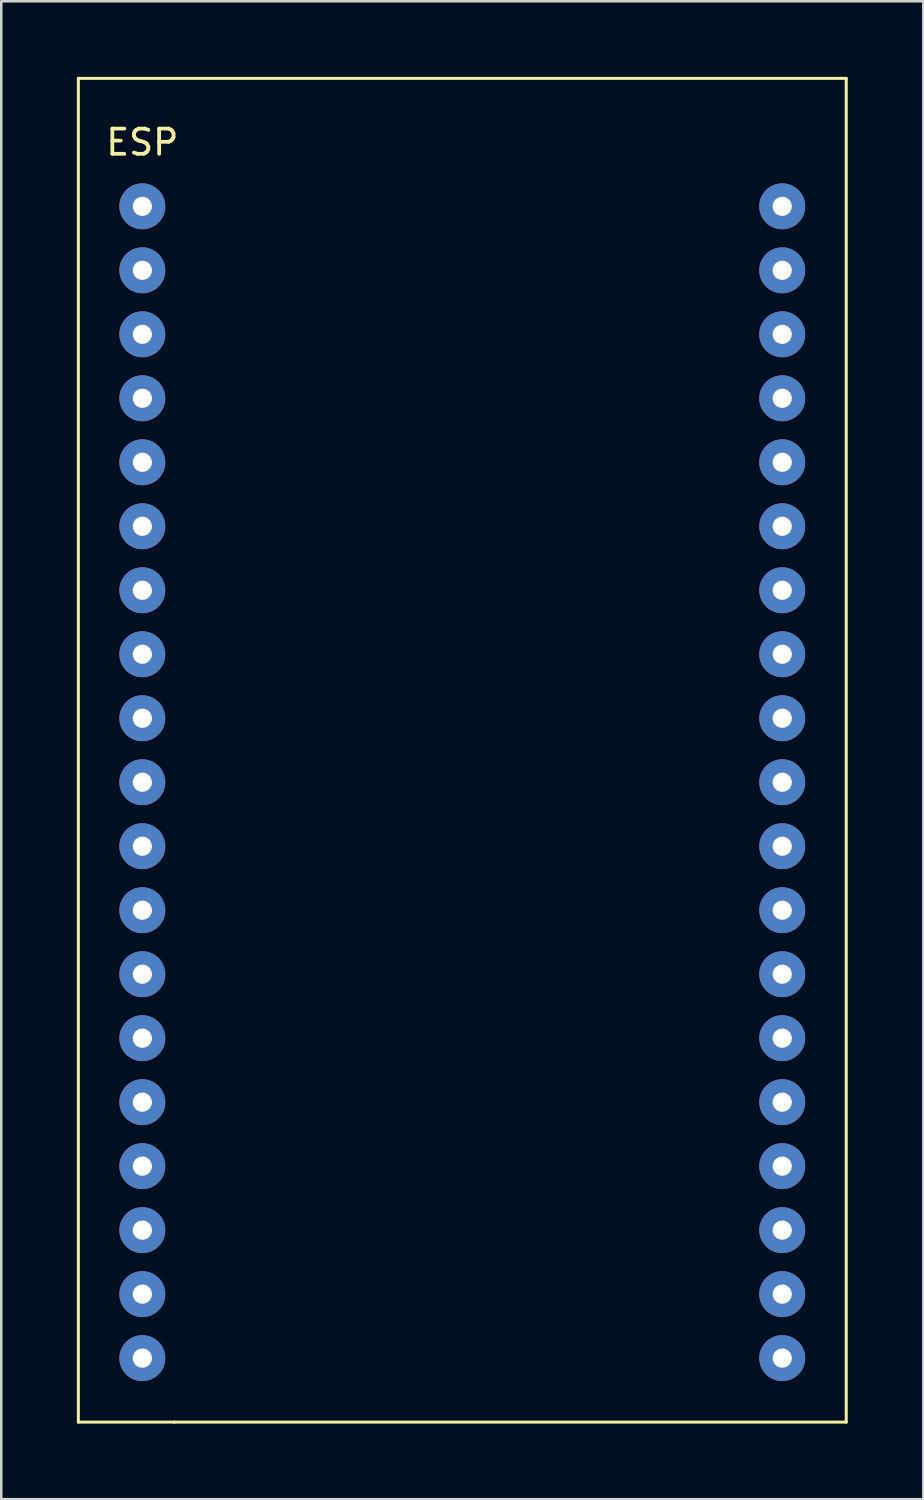
<source format=kicad_pcb>
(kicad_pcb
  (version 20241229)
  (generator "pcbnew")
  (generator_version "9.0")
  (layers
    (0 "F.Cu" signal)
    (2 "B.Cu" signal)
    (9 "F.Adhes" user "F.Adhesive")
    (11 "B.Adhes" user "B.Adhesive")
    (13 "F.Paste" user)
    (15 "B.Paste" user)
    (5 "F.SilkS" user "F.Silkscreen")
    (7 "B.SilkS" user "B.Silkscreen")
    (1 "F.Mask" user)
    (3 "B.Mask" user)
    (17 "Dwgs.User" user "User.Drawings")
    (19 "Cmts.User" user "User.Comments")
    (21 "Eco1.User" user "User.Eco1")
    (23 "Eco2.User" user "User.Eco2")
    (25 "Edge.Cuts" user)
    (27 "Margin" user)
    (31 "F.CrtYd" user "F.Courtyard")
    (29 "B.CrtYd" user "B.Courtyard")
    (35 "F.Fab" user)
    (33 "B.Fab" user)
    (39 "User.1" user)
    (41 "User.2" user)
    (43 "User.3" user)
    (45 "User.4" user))
  (footprint "ESP"
    (layer "F.Cu")
    (at 2.6 5.14)
    (property "Reference" "ESP" (at 0 -2.54 0) (layer "F.SilkS") (effects (font (size 1 1) (thickness 0.15))))
    (attr through_hole)
    (fp_line (start -2.54 -5.08) (end -2.54 48.26) (stroke (width 0.12) (type solid)) (layer "F.SilkS"))
    (fp_line (start -2.54 48.26) (end 1.27 48.26) (stroke (width 0.12) (type solid)) (layer "F.SilkS"))
    (fp_line (start 1.27 48.26) (end 27.94 48.26) (stroke (width 0.12) (type solid)) (layer "F.SilkS"))
    (fp_line (start 27.94 -5.08) (end -2.54 -5.08) (stroke (width 0.12) (type solid)) (layer "F.SilkS"))
    (fp_line (start 27.94 48.26) (end 27.94 -5.08) (stroke (width 0.12) (type solid)) (layer "F.SilkS"))
    (pad "1" thru_hole circle (at 0 0) (size 1.824 1.824) (drill 0.762) (layers "*.Cu" "*.Mask"))
    (pad "2" thru_hole circle (at 0 2.54) (size 1.824 1.824) (drill 0.762) (layers "*.Cu" "*.Mask"))
    (pad "3" thru_hole circle (at 0 5.08) (size 1.824 1.824) (drill 0.762) (layers "*.Cu" "*.Mask"))
    (pad "4" thru_hole circle (at 0 7.62) (size 1.824 1.824) (drill 0.762) (layers "*.Cu" "*.Mask"))
    (pad "5" thru_hole circle (at 0 10.16) (size 1.824 1.824) (drill 0.762) (layers "*.Cu" "*.Mask"))
    (pad "6" thru_hole circle (at 0 12.7) (size 1.824 1.824) (drill 0.762) (layers "*.Cu" "*.Mask"))
    (pad "7" thru_hole circle (at 0 15.24) (size 1.824 1.824) (drill 0.762) (layers "*.Cu" "*.Mask"))
    (pad "8" thru_hole circle (at 0 17.78) (size 1.824 1.824) (drill 0.762) (layers "*.Cu" "*.Mask"))
    (pad "9" thru_hole circle (at 0 20.32) (size 1.824 1.824) (drill 0.762) (layers "*.Cu" "*.Mask"))
    (pad "10" thru_hole circle (at 0 22.86) (size 1.824 1.824) (drill 0.762) (layers "*.Cu" "*.Mask"))
    (pad "11" thru_hole circle (at 0 25.4) (size 1.824 1.824) (drill 0.762) (layers "*.Cu" "*.Mask"))
    (pad "12" thru_hole circle (at 0 27.94) (size 1.824 1.824) (drill 0.762) (layers "*.Cu" "*.Mask"))
    (pad "13" thru_hole circle (at 0 30.48) (size 1.824 1.824) (drill 0.762) (layers "*.Cu" "*.Mask"))
    (pad "14" thru_hole circle (at 0 33.02) (size 1.824 1.824) (drill 0.762) (layers "*.Cu" "*.Mask"))
    (pad "15" thru_hole circle (at 0 35.56) (size 1.824 1.824) (drill 0.762) (layers "*.Cu" "*.Mask"))
    (pad "16" thru_hole circle (at 0 38.1) (size 1.824 1.824) (drill 0.762) (layers "*.Cu" "*.Mask"))
    (pad "17" thru_hole circle (at 0 40.64) (size 1.824 1.824) (drill 0.762) (layers "*.Cu" "*.Mask"))
    (pad "18" thru_hole circle (at 0 43.18) (size 1.824 1.824) (drill 0.762) (layers "*.Cu" "*.Mask"))
    (pad "19" thru_hole circle (at 0 45.72) (size 1.824 1.824) (drill 0.762) (layers "*.Cu" "*.Mask"))
    (pad "20" thru_hole circle (at 25.4 45.72) (size 1.824 1.824) (drill 0.762) (layers "*.Cu" "*.Mask"))
    (pad "21" thru_hole circle (at 25.4 43.18) (size 1.824 1.824) (drill 0.762) (layers "*.Cu" "*.Mask"))
    (pad "22" thru_hole circle (at 25.4 40.64) (size 1.824 1.824) (drill 0.762) (layers "*.Cu" "*.Mask"))
    (pad "23" thru_hole circle (at 25.4 38.1) (size 1.824 1.824) (drill 0.762) (layers "*.Cu" "*.Mask"))
    (pad "24" thru_hole circle (at 25.4 35.56) (size 1.824 1.824) (drill 0.762) (layers "*.Cu" "*.Mask"))
    (pad "25" thru_hole circle (at 25.4 33.02) (size 1.824 1.824) (drill 0.762) (layers "*.Cu" "*.Mask"))
    (pad "26" thru_hole circle (at 25.4 30.48) (size 1.824 1.824) (drill 0.762) (layers "*.Cu" "*.Mask"))
    (pad "27" thru_hole circle (at 25.4 27.94) (size 1.824 1.824) (drill 0.762) (layers "*.Cu" "*.Mask"))
    (pad "28" thru_hole circle (at 25.4 25.4) (size 1.824 1.824) (drill 0.762) (layers "*.Cu" "*.Mask"))
    (pad "29" thru_hole circle (at 25.4 22.86) (size 1.824 1.824) (drill 0.762) (layers "*.Cu" "*.Mask"))
    (pad "30" thru_hole circle (at 25.4 20.32) (size 1.824 1.824) (drill 0.762) (layers "*.Cu" "*.Mask"))
    (pad "31" thru_hole circle (at 25.4 17.78) (size 1.824 1.824) (drill 0.762) (layers "*.Cu" "*.Mask"))
    (pad "32" thru_hole circle (at 25.4 15.24) (size 1.824 1.824) (drill 0.762) (layers "*.Cu" "*.Mask"))
    (pad "33" thru_hole circle (at 25.4 12.7) (size 1.824 1.824) (drill 0.762) (layers "*.Cu" "*.Mask"))
    (pad "34" thru_hole circle (at 25.4 10.16) (size 1.824 1.824) (drill 0.762) (layers "*.Cu" "*.Mask"))
    (pad "35" thru_hole circle (at 25.4 7.62) (size 1.824 1.824) (drill 0.762) (layers "*.Cu" "*.Mask"))
    (pad "36" thru_hole circle (at 25.4 5.08) (size 1.824 1.824) (drill 0.762) (layers "*.Cu" "*.Mask"))
    (pad "37" thru_hole circle (at 25.4 2.54) (size 1.824 1.824) (drill 0.762) (layers "*.Cu" "*.Mask"))
    (pad "38" thru_hole circle (at 25.4 0) (size 1.824 1.824) (drill 0.762) (layers "*.Cu" "*.Mask")))
  (gr_rect
    (start -3 -3)
    (end 33.6 56.46)
    (stroke (width 0.1) (type default))
    (fill no)
    (layer "Edge.Cuts")))
</source>
